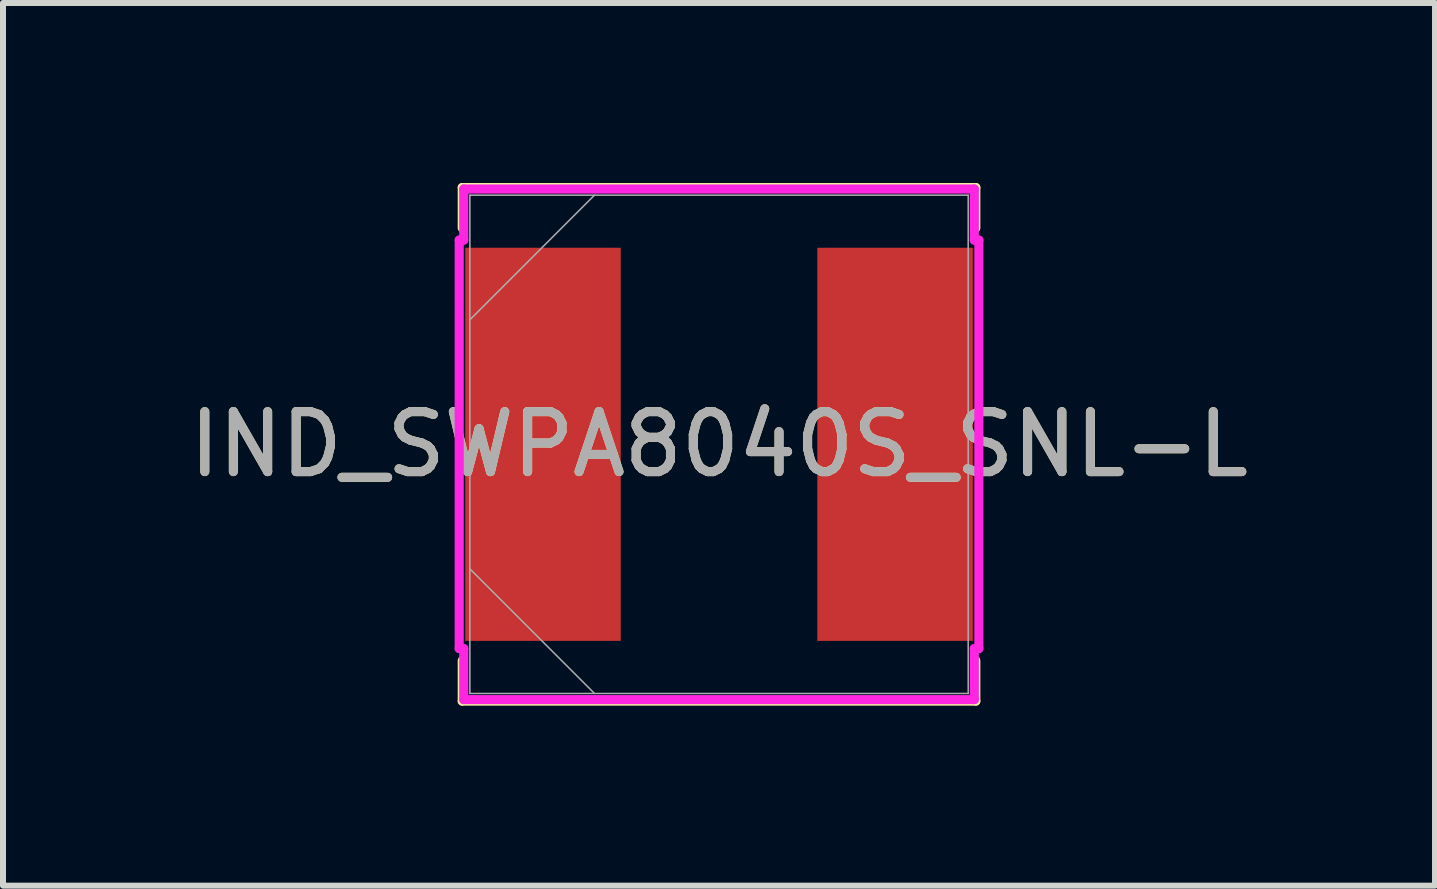
<source format=kicad_pcb>
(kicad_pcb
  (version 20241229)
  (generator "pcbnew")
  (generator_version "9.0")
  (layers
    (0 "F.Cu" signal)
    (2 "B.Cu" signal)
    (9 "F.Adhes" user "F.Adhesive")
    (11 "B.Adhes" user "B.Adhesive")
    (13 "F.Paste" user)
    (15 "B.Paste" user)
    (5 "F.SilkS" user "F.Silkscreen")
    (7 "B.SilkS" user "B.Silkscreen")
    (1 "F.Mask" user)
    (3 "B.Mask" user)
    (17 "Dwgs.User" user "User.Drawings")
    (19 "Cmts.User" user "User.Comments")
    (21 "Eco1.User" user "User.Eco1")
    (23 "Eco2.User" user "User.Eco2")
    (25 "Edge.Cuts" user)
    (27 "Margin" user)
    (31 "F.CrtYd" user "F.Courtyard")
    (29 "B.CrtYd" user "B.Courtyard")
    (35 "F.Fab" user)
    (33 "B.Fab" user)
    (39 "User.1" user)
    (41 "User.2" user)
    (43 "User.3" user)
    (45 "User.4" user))
  (footprint "IND_SWPA8040S_SNL-L"
    (layer "F.Cu")
    (at 8.935 4.356)
    (property "Reference" "IND_SWPA8040S_SNL-L" (at 0 0 0) (unlocked yes) (layer "F.SilkS") (effects (font (size 1 1) (thickness 0.15))))
    (attr smd)
    (fp_line (start -4.28 -4.28) (end -4.28 -3.605) (stroke (width 0.152) (type solid)) (layer "F.SilkS"))
    (fp_line (start -4.28 3.605) (end -4.28 4.28) (stroke (width 0.152) (type solid)) (layer "F.SilkS"))
    (fp_line (start -4.28 4.28) (end 4.28 4.28) (stroke (width 0.152) (type solid)) (layer "F.SilkS"))
    (fp_line (start 4.28 -4.28) (end -4.28 -4.28) (stroke (width 0.152) (type solid)) (layer "F.SilkS"))
    (fp_line (start 4.28 -3.605) (end 4.28 -4.28) (stroke (width 0.152) (type solid)) (layer "F.SilkS"))
    (fp_line (start 4.28 4.28) (end 4.28 3.605) (stroke (width 0.152) (type solid)) (layer "F.SilkS"))
    (fp_line (start -4.331 -3.404) (end -4.255 -3.404) (stroke (width 0.152) (type solid)) (layer "F.CrtYd"))
    (fp_line (start -4.331 3.404) (end -4.331 -3.404) (stroke (width 0.152) (type solid)) (layer "F.CrtYd"))
    (fp_line (start -4.255 -4.255) (end 4.255 -4.255) (stroke (width 0.152) (type solid)) (layer "F.CrtYd"))
    (fp_line (start -4.255 -3.404) (end -4.255 -4.255) (stroke (width 0.152) (type solid)) (layer "F.CrtYd"))
    (fp_line (start -4.255 3.404) (end -4.331 3.404) (stroke (width 0.152) (type solid)) (layer "F.CrtYd"))
    (fp_line (start -4.255 3.404) (end -4.255 4.255) (stroke (width 0.152) (type solid)) (layer "F.CrtYd"))
    (fp_line (start -4.255 4.255) (end 4.255 4.255) (stroke (width 0.152) (type solid)) (layer "F.CrtYd"))
    (fp_line (start 4.255 -4.255) (end 4.255 -3.404) (stroke (width 0.152) (type solid)) (layer "F.CrtYd"))
    (fp_line (start 4.255 -3.404) (end 4.331 -3.404) (stroke (width 0.152) (type solid)) (layer "F.CrtYd"))
    (fp_line (start 4.255 3.404) (end 4.331 3.404) (stroke (width 0.152) (type solid)) (layer "F.CrtYd"))
    (fp_line (start 4.255 4.255) (end 4.255 3.404) (stroke (width 0.152) (type solid)) (layer "F.CrtYd"))
    (fp_line (start 4.331 -3.404) (end 4.331 3.404) (stroke (width 0.152) (type solid)) (layer "F.CrtYd"))
    (fp_line (start -4.153 -4.153) (end -4.153 4.153) (stroke (width 0.025) (type solid)) (layer "F.Fab"))
    (fp_line (start -4.153 -2.076) (end -2.076 -4.153) (stroke (width 0.025) (type solid)) (layer "F.Fab"))
    (fp_line (start -4.153 2.076) (end -2.076 4.153) (stroke (width 0.025) (type solid)) (layer "F.Fab"))
    (fp_line (start -4.153 4.153) (end 4.153 4.153) (stroke (width 0.025) (type solid)) (layer "F.Fab"))
    (fp_line (start 4.153 -4.153) (end -4.153 -4.153) (stroke (width 0.025) (type solid)) (layer "F.Fab"))
    (fp_line (start 4.153 4.153) (end 4.153 -4.153) (stroke (width 0.025) (type solid)) (layer "F.Fab"))
    (fp_text user "${REFERENCE}" (at 0 0 0) (unlocked yes) (layer "F.Fab") (effects (font (size 1 1) (thickness 0.15))))
    (pad "1" smd rect (at -2.934 0 90) (size 6.553 2.591) (layers "F.Cu" "F.Mask" "F.Paste"))
    (pad "2" smd rect (at 2.934 0 90) (size 6.553 2.591) (layers "F.Cu" "F.Mask" "F.Paste")))
  (gr_rect
    (start -3 -3)
    (end 20.869 11.712)
    (stroke (width 0.1) (type default))
    (fill no)
    (layer "Edge.Cuts")))
</source>
